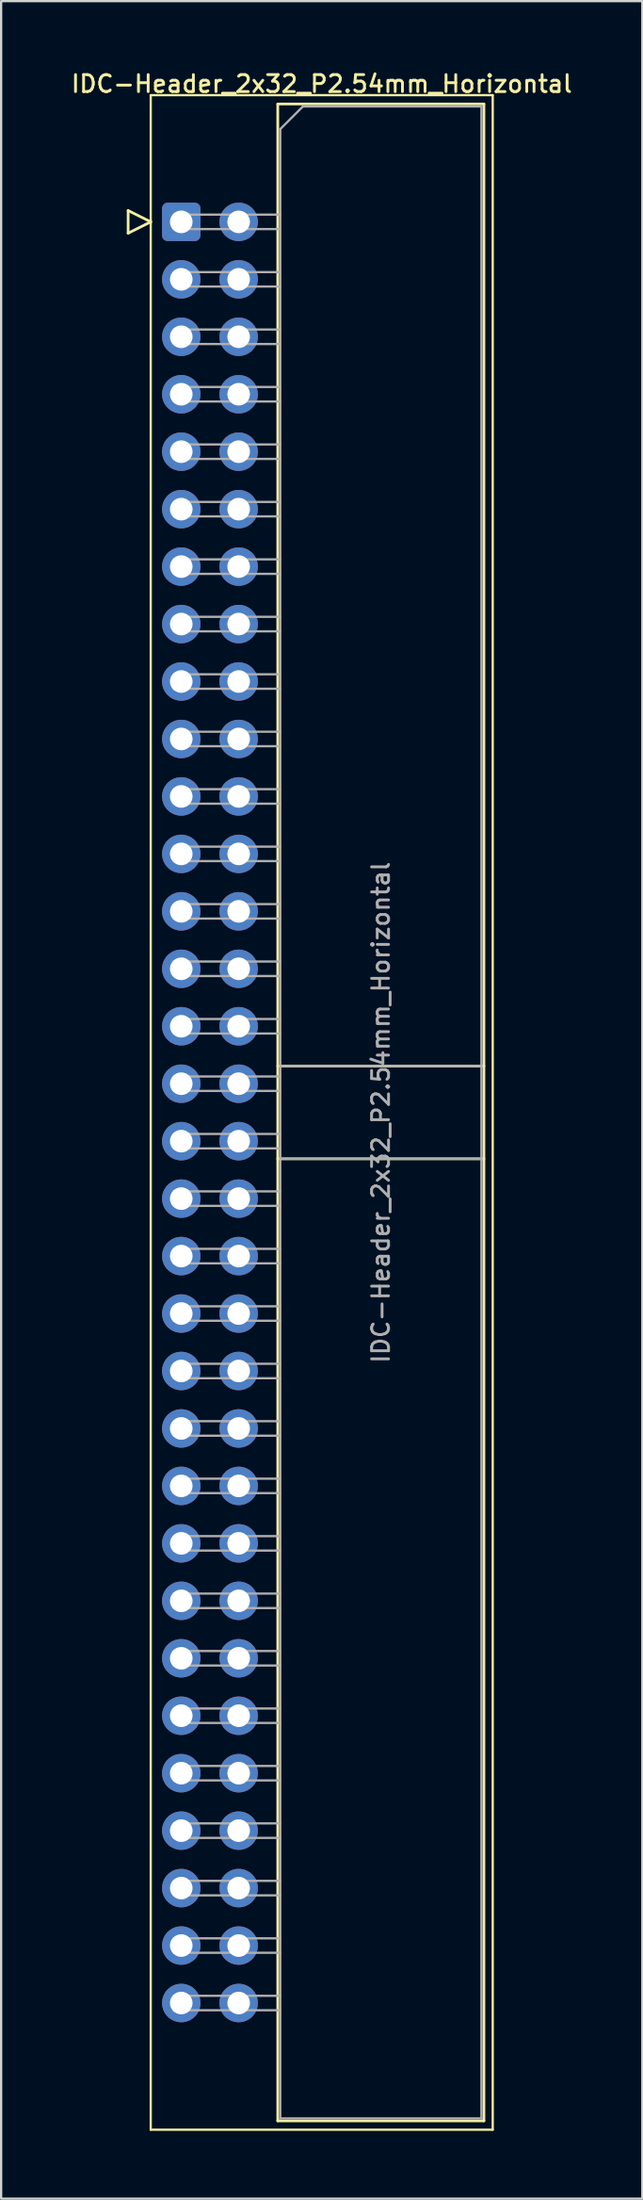
<source format=kicad_pcb>
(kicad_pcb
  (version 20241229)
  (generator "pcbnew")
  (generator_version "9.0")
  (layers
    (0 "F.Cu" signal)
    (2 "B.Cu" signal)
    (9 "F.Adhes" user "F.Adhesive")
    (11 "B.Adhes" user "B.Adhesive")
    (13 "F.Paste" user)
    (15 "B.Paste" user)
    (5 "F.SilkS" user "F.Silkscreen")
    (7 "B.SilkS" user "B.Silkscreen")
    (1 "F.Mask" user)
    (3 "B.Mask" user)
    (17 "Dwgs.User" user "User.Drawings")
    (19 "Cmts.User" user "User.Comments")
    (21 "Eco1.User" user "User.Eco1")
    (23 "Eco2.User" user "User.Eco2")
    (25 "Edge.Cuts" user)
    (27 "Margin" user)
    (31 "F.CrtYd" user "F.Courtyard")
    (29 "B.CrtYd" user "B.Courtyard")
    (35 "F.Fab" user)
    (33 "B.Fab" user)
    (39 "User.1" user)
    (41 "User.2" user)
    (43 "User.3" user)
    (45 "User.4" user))
  (footprint "IDC-Header_2x32_P2.54mm_Horizontal"
    (layer "F.Cu")
    (at 4.969 6.758)
    (property "Reference" "IDC-Header_2x32_P2.54mm_Horizontal" (at 6.215 -6.1 0) (layer "F.SilkS") (effects (font (size 0.75 0.75) (thickness 0.125))))
    (attr through_hole)
    (fp_line (start -2.35 -0.5) (end -2.35 0.5) (stroke (width 0.12) (type solid)) (layer "F.SilkS"))
    (fp_line (start -2.35 0.5) (end -1.35 0) (stroke (width 0.12) (type solid)) (layer "F.SilkS"))
    (fp_line (start -1.35 -5.6) (end -1.35 84.34) (stroke (width 0.1) (type solid)) (layer "F.SilkS"))
    (fp_line (start -1.35 0) (end -2.35 -0.5) (stroke (width 0.12) (type solid)) (layer "F.SilkS"))
    (fp_line (start -1.35 84.34) (end 13.78 84.34) (stroke (width 0.1) (type solid)) (layer "F.SilkS"))
    (fp_line (start 4.27 -5.21) (end 13.39 -5.21) (stroke (width 0.12) (type solid)) (layer "F.SilkS"))
    (fp_line (start 4.27 37.32) (end 13.39 37.32) (stroke (width 0.12) (type solid)) (layer "F.SilkS"))
    (fp_line (start 4.27 41.42) (end 13.39 41.42) (stroke (width 0.12) (type solid)) (layer "F.SilkS"))
    (fp_line (start 4.27 83.95) (end 4.27 -5.21) (stroke (width 0.12) (type solid)) (layer "F.SilkS"))
    (fp_line (start 13.39 -5.21) (end 13.39 83.95) (stroke (width 0.12) (type solid)) (layer "F.SilkS"))
    (fp_line (start 13.39 83.95) (end 4.27 83.95) (stroke (width 0.12) (type solid)) (layer "F.SilkS"))
    (fp_line (start 13.78 -5.6) (end -1.35 -5.6) (stroke (width 0.1) (type solid)) (layer "F.SilkS"))
    (fp_line (start 13.78 84.34) (end 13.78 -5.6) (stroke (width 0.1) (type solid)) (layer "F.SilkS"))
    (fp_line (start -0.32 -0.32) (end -0.32 0.32) (stroke (width 0.1) (type solid)) (layer "F.Fab"))
    (fp_line (start -0.32 0.32) (end 4.38 0.32) (stroke (width 0.1) (type solid)) (layer "F.Fab"))
    (fp_line (start -0.32 2.22) (end -0.32 2.86) (stroke (width 0.1) (type solid)) (layer "F.Fab"))
    (fp_line (start -0.32 2.86) (end 4.38 2.86) (stroke (width 0.1) (type solid)) (layer "F.Fab"))
    (fp_line (start -0.32 4.76) (end -0.32 5.4) (stroke (width 0.1) (type solid)) (layer "F.Fab"))
    (fp_line (start -0.32 5.4) (end 4.38 5.4) (stroke (width 0.1) (type solid)) (layer "F.Fab"))
    (fp_line (start -0.32 7.3) (end -0.32 7.94) (stroke (width 0.1) (type solid)) (layer "F.Fab"))
    (fp_line (start -0.32 7.94) (end 4.38 7.94) (stroke (width 0.1) (type solid)) (layer "F.Fab"))
    (fp_line (start -0.32 9.84) (end -0.32 10.48) (stroke (width 0.1) (type solid)) (layer "F.Fab"))
    (fp_line (start -0.32 10.48) (end 4.38 10.48) (stroke (width 0.1) (type solid)) (layer "F.Fab"))
    (fp_line (start -0.32 12.38) (end -0.32 13.02) (stroke (width 0.1) (type solid)) (layer "F.Fab"))
    (fp_line (start -0.32 13.02) (end 4.38 13.02) (stroke (width 0.1) (type solid)) (layer "F.Fab"))
    (fp_line (start -0.32 14.92) (end -0.32 15.56) (stroke (width 0.1) (type solid)) (layer "F.Fab"))
    (fp_line (start -0.32 15.56) (end 4.38 15.56) (stroke (width 0.1) (type solid)) (layer "F.Fab"))
    (fp_line (start -0.32 17.46) (end -0.32 18.1) (stroke (width 0.1) (type solid)) (layer "F.Fab"))
    (fp_line (start -0.32 18.1) (end 4.38 18.1) (stroke (width 0.1) (type solid)) (layer "F.Fab"))
    (fp_line (start -0.32 20) (end -0.32 20.64) (stroke (width 0.1) (type solid)) (layer "F.Fab"))
    (fp_line (start -0.32 20.64) (end 4.38 20.64) (stroke (width 0.1) (type solid)) (layer "F.Fab"))
    (fp_line (start -0.32 22.54) (end -0.32 23.18) (stroke (width 0.1) (type solid)) (layer "F.Fab"))
    (fp_line (start -0.32 23.18) (end 4.38 23.18) (stroke (width 0.1) (type solid)) (layer "F.Fab"))
    (fp_line (start -0.32 25.08) (end -0.32 25.72) (stroke (width 0.1) (type solid)) (layer "F.Fab"))
    (fp_line (start -0.32 25.72) (end 4.38 25.72) (stroke (width 0.1) (type solid)) (layer "F.Fab"))
    (fp_line (start -0.32 27.62) (end -0.32 28.26) (stroke (width 0.1) (type solid)) (layer "F.Fab"))
    (fp_line (start -0.32 28.26) (end 4.38 28.26) (stroke (width 0.1) (type solid)) (layer "F.Fab"))
    (fp_line (start -0.32 30.16) (end -0.32 30.8) (stroke (width 0.1) (type solid)) (layer "F.Fab"))
    (fp_line (start -0.32 30.8) (end 4.38 30.8) (stroke (width 0.1) (type solid)) (layer "F.Fab"))
    (fp_line (start -0.32 32.7) (end -0.32 33.34) (stroke (width 0.1) (type solid)) (layer "F.Fab"))
    (fp_line (start -0.32 33.34) (end 4.38 33.34) (stroke (width 0.1) (type solid)) (layer "F.Fab"))
    (fp_line (start -0.32 35.24) (end -0.32 35.88) (stroke (width 0.1) (type solid)) (layer "F.Fab"))
    (fp_line (start -0.32 35.88) (end 4.38 35.88) (stroke (width 0.1) (type solid)) (layer "F.Fab"))
    (fp_line (start -0.32 37.78) (end -0.32 38.42) (stroke (width 0.1) (type solid)) (layer "F.Fab"))
    (fp_line (start -0.32 38.42) (end 4.38 38.42) (stroke (width 0.1) (type solid)) (layer "F.Fab"))
    (fp_line (start -0.32 40.32) (end -0.32 40.96) (stroke (width 0.1) (type solid)) (layer "F.Fab"))
    (fp_line (start -0.32 40.96) (end 4.38 40.96) (stroke (width 0.1) (type solid)) (layer "F.Fab"))
    (fp_line (start -0.32 42.86) (end -0.32 43.5) (stroke (width 0.1) (type solid)) (layer "F.Fab"))
    (fp_line (start -0.32 43.5) (end 4.38 43.5) (stroke (width 0.1) (type solid)) (layer "F.Fab"))
    (fp_line (start -0.32 45.4) (end -0.32 46.04) (stroke (width 0.1) (type solid)) (layer "F.Fab"))
    (fp_line (start -0.32 46.04) (end 4.38 46.04) (stroke (width 0.1) (type solid)) (layer "F.Fab"))
    (fp_line (start -0.32 47.94) (end -0.32 48.58) (stroke (width 0.1) (type solid)) (layer "F.Fab"))
    (fp_line (start -0.32 48.58) (end 4.38 48.58) (stroke (width 0.1) (type solid)) (layer "F.Fab"))
    (fp_line (start -0.32 50.48) (end -0.32 51.12) (stroke (width 0.1) (type solid)) (layer "F.Fab"))
    (fp_line (start -0.32 51.12) (end 4.38 51.12) (stroke (width 0.1) (type solid)) (layer "F.Fab"))
    (fp_line (start -0.32 53.02) (end -0.32 53.66) (stroke (width 0.1) (type solid)) (layer "F.Fab"))
    (fp_line (start -0.32 53.66) (end 4.38 53.66) (stroke (width 0.1) (type solid)) (layer "F.Fab"))
    (fp_line (start -0.32 55.56) (end -0.32 56.2) (stroke (width 0.1) (type solid)) (layer "F.Fab"))
    (fp_line (start -0.32 56.2) (end 4.38 56.2) (stroke (width 0.1) (type solid)) (layer "F.Fab"))
    (fp_line (start -0.32 58.1) (end -0.32 58.74) (stroke (width 0.1) (type solid)) (layer "F.Fab"))
    (fp_line (start -0.32 58.74) (end 4.38 58.74) (stroke (width 0.1) (type solid)) (layer "F.Fab"))
    (fp_line (start -0.32 60.64) (end -0.32 61.28) (stroke (width 0.1) (type solid)) (layer "F.Fab"))
    (fp_line (start -0.32 61.28) (end 4.38 61.28) (stroke (width 0.1) (type solid)) (layer "F.Fab"))
    (fp_line (start -0.32 63.18) (end -0.32 63.82) (stroke (width 0.1) (type solid)) (layer "F.Fab"))
    (fp_line (start -0.32 63.82) (end 4.38 63.82) (stroke (width 0.1) (type solid)) (layer "F.Fab"))
    (fp_line (start -0.32 65.72) (end -0.32 66.36) (stroke (width 0.1) (type solid)) (layer "F.Fab"))
    (fp_line (start -0.32 66.36) (end 4.38 66.36) (stroke (width 0.1) (type solid)) (layer "F.Fab"))
    (fp_line (start -0.32 68.26) (end -0.32 68.9) (stroke (width 0.1) (type solid)) (layer "F.Fab"))
    (fp_line (start -0.32 68.9) (end 4.38 68.9) (stroke (width 0.1) (type solid)) (layer "F.Fab"))
    (fp_line (start -0.32 70.8) (end -0.32 71.44) (stroke (width 0.1) (type solid)) (layer "F.Fab"))
    (fp_line (start -0.32 71.44) (end 4.38 71.44) (stroke (width 0.1) (type solid)) (layer "F.Fab"))
    (fp_line (start -0.32 73.34) (end -0.32 73.98) (stroke (width 0.1) (type solid)) (layer "F.Fab"))
    (fp_line (start -0.32 73.98) (end 4.38 73.98) (stroke (width 0.1) (type solid)) (layer "F.Fab"))
    (fp_line (start -0.32 75.88) (end -0.32 76.52) (stroke (width 0.1) (type solid)) (layer "F.Fab"))
    (fp_line (start -0.32 76.52) (end 4.38 76.52) (stroke (width 0.1) (type solid)) (layer "F.Fab"))
    (fp_line (start -0.32 78.42) (end -0.32 79.06) (stroke (width 0.1) (type solid)) (layer "F.Fab"))
    (fp_line (start -0.32 79.06) (end 4.38 79.06) (stroke (width 0.1) (type solid)) (layer "F.Fab"))
    (fp_line (start 4.38 -4.1) (end 5.38 -5.1) (stroke (width 0.1) (type solid)) (layer "F.Fab"))
    (fp_line (start 4.38 -0.32) (end -0.32 -0.32) (stroke (width 0.1) (type solid)) (layer "F.Fab"))
    (fp_line (start 4.38 2.22) (end -0.32 2.22) (stroke (width 0.1) (type solid)) (layer "F.Fab"))
    (fp_line (start 4.38 4.76) (end -0.32 4.76) (stroke (width 0.1) (type solid)) (layer "F.Fab"))
    (fp_line (start 4.38 7.3) (end -0.32 7.3) (stroke (width 0.1) (type solid)) (layer "F.Fab"))
    (fp_line (start 4.38 9.84) (end -0.32 9.84) (stroke (width 0.1) (type solid)) (layer "F.Fab"))
    (fp_line (start 4.38 12.38) (end -0.32 12.38) (stroke (width 0.1) (type solid)) (layer "F.Fab"))
    (fp_line (start 4.38 14.92) (end -0.32 14.92) (stroke (width 0.1) (type solid)) (layer "F.Fab"))
    (fp_line (start 4.38 17.46) (end -0.32 17.46) (stroke (width 0.1) (type solid)) (layer "F.Fab"))
    (fp_line (start 4.38 20) (end -0.32 20) (stroke (width 0.1) (type solid)) (layer "F.Fab"))
    (fp_line (start 4.38 22.54) (end -0.32 22.54) (stroke (width 0.1) (type solid)) (layer "F.Fab"))
    (fp_line (start 4.38 25.08) (end -0.32 25.08) (stroke (width 0.1) (type solid)) (layer "F.Fab"))
    (fp_line (start 4.38 27.62) (end -0.32 27.62) (stroke (width 0.1) (type solid)) (layer "F.Fab"))
    (fp_line (start 4.38 30.16) (end -0.32 30.16) (stroke (width 0.1) (type solid)) (layer "F.Fab"))
    (fp_line (start 4.38 32.7) (end -0.32 32.7) (stroke (width 0.1) (type solid)) (layer "F.Fab"))
    (fp_line (start 4.38 35.24) (end -0.32 35.24) (stroke (width 0.1) (type solid)) (layer "F.Fab"))
    (fp_line (start 4.38 37.32) (end 13.28 37.32) (stroke (width 0.1) (type solid)) (layer "F.Fab"))
    (fp_line (start 4.38 37.78) (end -0.32 37.78) (stroke (width 0.1) (type solid)) (layer "F.Fab"))
    (fp_line (start 4.38 40.32) (end -0.32 40.32) (stroke (width 0.1) (type solid)) (layer "F.Fab"))
    (fp_line (start 4.38 41.42) (end 13.28 41.42) (stroke (width 0.1) (type solid)) (layer "F.Fab"))
    (fp_line (start 4.38 42.86) (end -0.32 42.86) (stroke (width 0.1) (type solid)) (layer "F.Fab"))
    (fp_line (start 4.38 45.4) (end -0.32 45.4) (stroke (width 0.1) (type solid)) (layer "F.Fab"))
    (fp_line (start 4.38 47.94) (end -0.32 47.94) (stroke (width 0.1) (type solid)) (layer "F.Fab"))
    (fp_line (start 4.38 50.48) (end -0.32 50.48) (stroke (width 0.1) (type solid)) (layer "F.Fab"))
    (fp_line (start 4.38 53.02) (end -0.32 53.02) (stroke (width 0.1) (type solid)) (layer "F.Fab"))
    (fp_line (start 4.38 55.56) (end -0.32 55.56) (stroke (width 0.1) (type solid)) (layer "F.Fab"))
    (fp_line (start 4.38 58.1) (end -0.32 58.1) (stroke (width 0.1) (type solid)) (layer "F.Fab"))
    (fp_line (start 4.38 60.64) (end -0.32 60.64) (stroke (width 0.1) (type solid)) (layer "F.Fab"))
    (fp_line (start 4.38 63.18) (end -0.32 63.18) (stroke (width 0.1) (type solid)) (layer "F.Fab"))
    (fp_line (start 4.38 65.72) (end -0.32 65.72) (stroke (width 0.1) (type solid)) (layer "F.Fab"))
    (fp_line (start 4.38 68.26) (end -0.32 68.26) (stroke (width 0.1) (type solid)) (layer "F.Fab"))
    (fp_line (start 4.38 70.8) (end -0.32 70.8) (stroke (width 0.1) (type solid)) (layer "F.Fab"))
    (fp_line (start 4.38 73.34) (end -0.32 73.34) (stroke (width 0.1) (type solid)) (layer "F.Fab"))
    (fp_line (start 4.38 75.88) (end -0.32 75.88) (stroke (width 0.1) (type solid)) (layer "F.Fab"))
    (fp_line (start 4.38 78.42) (end -0.32 78.42) (stroke (width 0.1) (type solid)) (layer "F.Fab"))
    (fp_line (start 4.38 83.84) (end 4.38 -4.1) (stroke (width 0.1) (type solid)) (layer "F.Fab"))
    (fp_line (start 5.38 -5.1) (end 13.28 -5.1) (stroke (width 0.1) (type solid)) (layer "F.Fab"))
    (fp_line (start 13.28 -5.1) (end 13.28 83.84) (stroke (width 0.1) (type solid)) (layer "F.Fab"))
    (fp_line (start 13.28 83.84) (end 4.38 83.84) (stroke (width 0.1) (type solid)) (layer "F.Fab"))
    (fp_text user "${REFERENCE}" (at 8.83 39.37 90) (layer "F.Fab") (effects (font (size 0.75 0.75) (thickness 0.125))))
    (pad "1" thru_hole roundrect (at 0 0) (size 1.7 1.7) (drill 1) (layers "*.Cu" "*.Mask") (roundrect_rratio 0.147))
    (pad "2" thru_hole circle (at 2.54 0) (size 1.7 1.7) (drill 1) (layers "*.Cu" "*.Mask"))
    (pad "3" thru_hole circle (at 0 2.54) (size 1.7 1.7) (drill 1) (layers "*.Cu" "*.Mask"))
    (pad "4" thru_hole circle (at 2.54 2.54) (size 1.7 1.7) (drill 1) (layers "*.Cu" "*.Mask"))
    (pad "5" thru_hole circle (at 0 5.08) (size 1.7 1.7) (drill 1) (layers "*.Cu" "*.Mask"))
    (pad "6" thru_hole circle (at 2.54 5.08) (size 1.7 1.7) (drill 1) (layers "*.Cu" "*.Mask"))
    (pad "7" thru_hole circle (at 0 7.62) (size 1.7 1.7) (drill 1) (layers "*.Cu" "*.Mask"))
    (pad "8" thru_hole circle (at 2.54 7.62) (size 1.7 1.7) (drill 1) (layers "*.Cu" "*.Mask"))
    (pad "9" thru_hole circle (at 0 10.16) (size 1.7 1.7) (drill 1) (layers "*.Cu" "*.Mask"))
    (pad "10" thru_hole circle (at 2.54 10.16) (size 1.7 1.7) (drill 1) (layers "*.Cu" "*.Mask"))
    (pad "11" thru_hole circle (at 0 12.7) (size 1.7 1.7) (drill 1) (layers "*.Cu" "*.Mask"))
    (pad "12" thru_hole circle (at 2.54 12.7) (size 1.7 1.7) (drill 1) (layers "*.Cu" "*.Mask"))
    (pad "13" thru_hole circle (at 0 15.24) (size 1.7 1.7) (drill 1) (layers "*.Cu" "*.Mask"))
    (pad "14" thru_hole circle (at 2.54 15.24) (size 1.7 1.7) (drill 1) (layers "*.Cu" "*.Mask"))
    (pad "15" thru_hole circle (at 0 17.78) (size 1.7 1.7) (drill 1) (layers "*.Cu" "*.Mask"))
    (pad "16" thru_hole circle (at 2.54 17.78) (size 1.7 1.7) (drill 1) (layers "*.Cu" "*.Mask"))
    (pad "17" thru_hole circle (at 0 20.32) (size 1.7 1.7) (drill 1) (layers "*.Cu" "*.Mask"))
    (pad "18" thru_hole circle (at 2.54 20.32) (size 1.7 1.7) (drill 1) (layers "*.Cu" "*.Mask"))
    (pad "19" thru_hole circle (at 0 22.86) (size 1.7 1.7) (drill 1) (layers "*.Cu" "*.Mask"))
    (pad "20" thru_hole circle (at 2.54 22.86) (size 1.7 1.7) (drill 1) (layers "*.Cu" "*.Mask"))
    (pad "21" thru_hole circle (at 0 25.4) (size 1.7 1.7) (drill 1) (layers "*.Cu" "*.Mask"))
    (pad "22" thru_hole circle (at 2.54 25.4) (size 1.7 1.7) (drill 1) (layers "*.Cu" "*.Mask"))
    (pad "23" thru_hole circle (at 0 27.94) (size 1.7 1.7) (drill 1) (layers "*.Cu" "*.Mask"))
    (pad "24" thru_hole circle (at 2.54 27.94) (size 1.7 1.7) (drill 1) (layers "*.Cu" "*.Mask"))
    (pad "25" thru_hole circle (at 0 30.48) (size 1.7 1.7) (drill 1) (layers "*.Cu" "*.Mask"))
    (pad "26" thru_hole circle (at 2.54 30.48) (size 1.7 1.7) (drill 1) (layers "*.Cu" "*.Mask"))
    (pad "27" thru_hole circle (at 0 33.02) (size 1.7 1.7) (drill 1) (layers "*.Cu" "*.Mask"))
    (pad "28" thru_hole circle (at 2.54 33.02) (size 1.7 1.7) (drill 1) (layers "*.Cu" "*.Mask"))
    (pad "29" thru_hole circle (at 0 35.56) (size 1.7 1.7) (drill 1) (layers "*.Cu" "*.Mask"))
    (pad "30" thru_hole circle (at 2.54 35.56) (size 1.7 1.7) (drill 1) (layers "*.Cu" "*.Mask"))
    (pad "31" thru_hole circle (at 0 38.1) (size 1.7 1.7) (drill 1) (layers "*.Cu" "*.Mask"))
    (pad "32" thru_hole circle (at 2.54 38.1) (size 1.7 1.7) (drill 1) (layers "*.Cu" "*.Mask"))
    (pad "33" thru_hole circle (at 0 40.64) (size 1.7 1.7) (drill 1) (layers "*.Cu" "*.Mask"))
    (pad "34" thru_hole circle (at 2.54 40.64) (size 1.7 1.7) (drill 1) (layers "*.Cu" "*.Mask"))
    (pad "35" thru_hole circle (at 0 43.18) (size 1.7 1.7) (drill 1) (layers "*.Cu" "*.Mask"))
    (pad "36" thru_hole circle (at 2.54 43.18) (size 1.7 1.7) (drill 1) (layers "*.Cu" "*.Mask"))
    (pad "37" thru_hole circle (at 0 45.72) (size 1.7 1.7) (drill 1) (layers "*.Cu" "*.Mask"))
    (pad "38" thru_hole circle (at 2.54 45.72) (size 1.7 1.7) (drill 1) (layers "*.Cu" "*.Mask"))
    (pad "39" thru_hole circle (at 0 48.26) (size 1.7 1.7) (drill 1) (layers "*.Cu" "*.Mask"))
    (pad "40" thru_hole circle (at 2.54 48.26) (size 1.7 1.7) (drill 1) (layers "*.Cu" "*.Mask"))
    (pad "41" thru_hole circle (at 0 50.8) (size 1.7 1.7) (drill 1) (layers "*.Cu" "*.Mask"))
    (pad "42" thru_hole circle (at 2.54 50.8) (size 1.7 1.7) (drill 1) (layers "*.Cu" "*.Mask"))
    (pad "43" thru_hole circle (at 0 53.34) (size 1.7 1.7) (drill 1) (layers "*.Cu" "*.Mask"))
    (pad "44" thru_hole circle (at 2.54 53.34) (size 1.7 1.7) (drill 1) (layers "*.Cu" "*.Mask"))
    (pad "45" thru_hole circle (at 0 55.88) (size 1.7 1.7) (drill 1) (layers "*.Cu" "*.Mask"))
    (pad "46" thru_hole circle (at 2.54 55.88) (size 1.7 1.7) (drill 1) (layers "*.Cu" "*.Mask"))
    (pad "47" thru_hole circle (at 0 58.42) (size 1.7 1.7) (drill 1) (layers "*.Cu" "*.Mask"))
    (pad "48" thru_hole circle (at 2.54 58.42) (size 1.7 1.7) (drill 1) (layers "*.Cu" "*.Mask"))
    (pad "49" thru_hole circle (at 0 60.96) (size 1.7 1.7) (drill 1) (layers "*.Cu" "*.Mask"))
    (pad "50" thru_hole circle (at 2.54 60.96) (size 1.7 1.7) (drill 1) (layers "*.Cu" "*.Mask"))
    (pad "51" thru_hole circle (at 0 63.5) (size 1.7 1.7) (drill 1) (layers "*.Cu" "*.Mask"))
    (pad "52" thru_hole circle (at 2.54 63.5) (size 1.7 1.7) (drill 1) (layers "*.Cu" "*.Mask"))
    (pad "53" thru_hole circle (at 0 66.04) (size 1.7 1.7) (drill 1) (layers "*.Cu" "*.Mask"))
    (pad "54" thru_hole circle (at 2.54 66.04) (size 1.7 1.7) (drill 1) (layers "*.Cu" "*.Mask"))
    (pad "55" thru_hole circle (at 0 68.58) (size 1.7 1.7) (drill 1) (layers "*.Cu" "*.Mask"))
    (pad "56" thru_hole circle (at 2.54 68.58) (size 1.7 1.7) (drill 1) (layers "*.Cu" "*.Mask"))
    (pad "57" thru_hole circle (at 0 71.12) (size 1.7 1.7) (drill 1) (layers "*.Cu" "*.Mask"))
    (pad "58" thru_hole circle (at 2.54 71.12) (size 1.7 1.7) (drill 1) (layers "*.Cu" "*.Mask"))
    (pad "59" thru_hole circle (at 0 73.66) (size 1.7 1.7) (drill 1) (layers "*.Cu" "*.Mask"))
    (pad "60" thru_hole circle (at 2.54 73.66) (size 1.7 1.7) (drill 1) (layers "*.Cu" "*.Mask"))
    (pad "61" thru_hole circle (at 0 76.2) (size 1.7 1.7) (drill 1) (layers "*.Cu" "*.Mask"))
    (pad "62" thru_hole circle (at 2.54 76.2) (size 1.7 1.7) (drill 1) (layers "*.Cu" "*.Mask"))
    (pad "63" thru_hole circle (at 0 78.74) (size 1.7 1.7) (drill 1) (layers "*.Cu" "*.Mask"))
    (pad "64" thru_hole circle (at 2.54 78.74) (size 1.7 1.7) (drill 1) (layers "*.Cu" "*.Mask")))
  (gr_rect
    (start -3 -3)
    (end 25.368 94.148)
    (stroke (width 0.1) (type default))
    (fill no)
    (layer "Edge.Cuts")))
</source>
